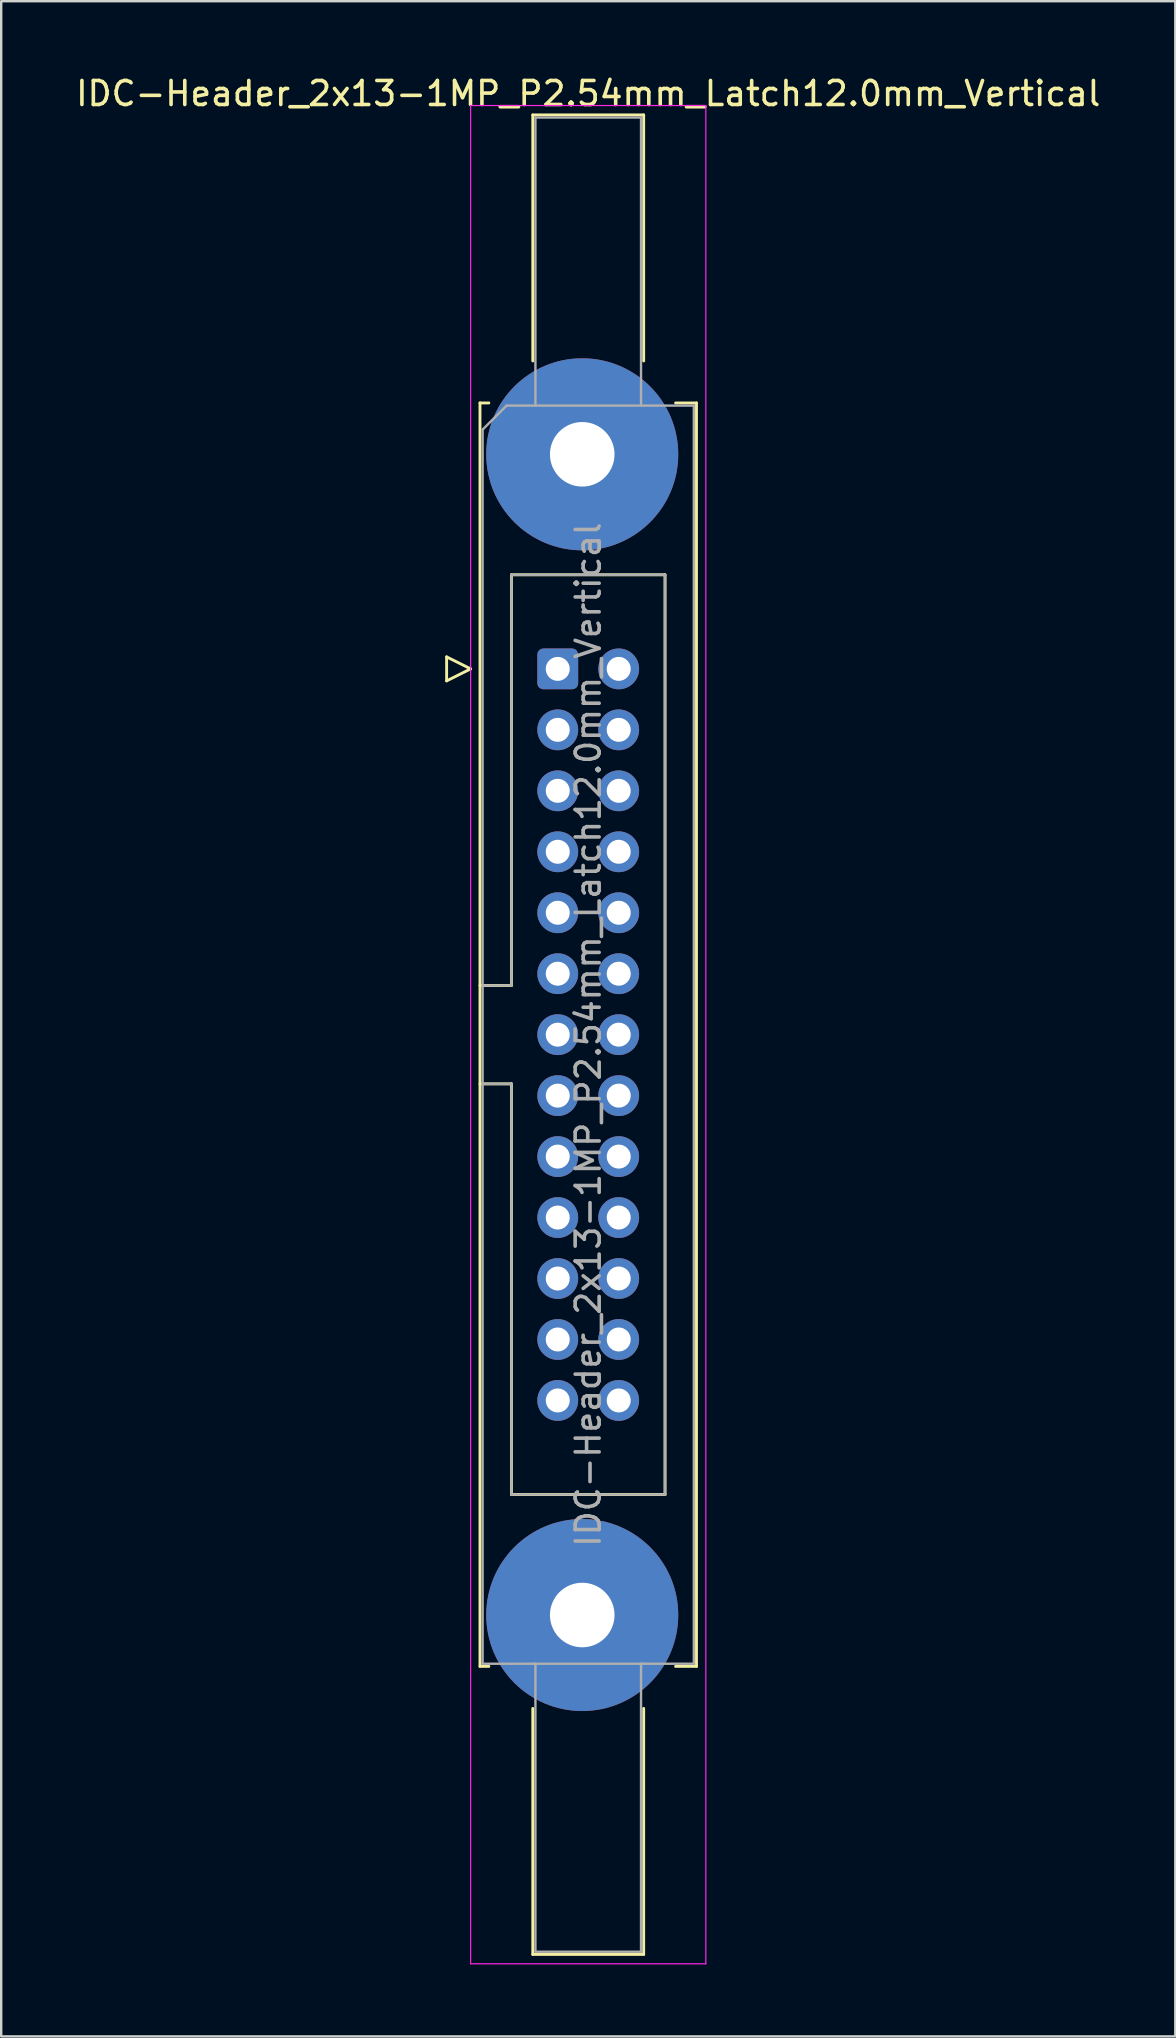
<source format=kicad_pcb>
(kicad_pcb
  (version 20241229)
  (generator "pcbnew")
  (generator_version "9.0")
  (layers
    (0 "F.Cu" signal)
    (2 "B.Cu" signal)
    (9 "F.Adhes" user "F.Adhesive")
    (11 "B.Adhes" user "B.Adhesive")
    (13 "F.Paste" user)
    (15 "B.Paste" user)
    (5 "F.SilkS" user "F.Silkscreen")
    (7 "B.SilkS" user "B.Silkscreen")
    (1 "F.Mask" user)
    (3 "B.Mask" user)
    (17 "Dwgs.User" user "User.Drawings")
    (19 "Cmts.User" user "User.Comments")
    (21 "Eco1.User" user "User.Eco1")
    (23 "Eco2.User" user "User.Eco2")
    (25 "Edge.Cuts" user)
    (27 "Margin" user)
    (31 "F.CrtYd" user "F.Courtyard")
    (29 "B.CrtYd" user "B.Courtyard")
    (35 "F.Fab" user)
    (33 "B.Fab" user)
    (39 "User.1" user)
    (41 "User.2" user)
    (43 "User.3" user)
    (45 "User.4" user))
  (footprint "IDC-Header_2x13-1MP_P2.54mm_Latch12.0mm_Vertical"
    (layer "F.Cu")
    (at 20.188 24.818)
    (property "Reference" "IDC-Header_2x13-1MP_P2.54mm_Latch12.0mm_Vertical" (at 1.27 -23.97 0) (layer "F.SilkS") (effects (font (size 1 1) (thickness 0.15))))
    (attr through_hole)
    (fp_line (start -4.63 -0.5) (end -4.63 0.5) (stroke (width 0.12) (type solid)) (layer "F.SilkS"))
    (fp_line (start -4.63 0.5) (end -3.63 0) (stroke (width 0.12) (type solid)) (layer "F.SilkS"))
    (fp_line (start -3.63 0) (end -4.63 -0.5) (stroke (width 0.12) (type solid)) (layer "F.SilkS"))
    (fp_line (start -3.24 -11.08) (end -3.24 41.56) (stroke (width 0.12) (type solid)) (layer "F.SilkS"))
    (fp_line (start -3.24 13.19) (end -1.93 13.19) (stroke (width 0.12) (type solid)) (layer "F.SilkS"))
    (fp_line (start -3.24 41.56) (end -2.87 41.56) (stroke (width 0.12) (type solid)) (layer "F.SilkS"))
    (fp_line (start -2.87 -11.08) (end -3.24 -11.08) (stroke (width 0.12) (type solid)) (layer "F.SilkS"))
    (fp_line (start -1.93 -3.92) (end 4.47 -3.92) (stroke (width 0.12) (type solid)) (layer "F.SilkS"))
    (fp_line (start -1.93 13.19) (end -1.93 -3.92) (stroke (width 0.12) (type solid)) (layer "F.SilkS"))
    (fp_line (start -1.93 17.29) (end -3.24 17.29) (stroke (width 0.12) (type solid)) (layer "F.SilkS"))
    (fp_line (start -1.93 17.29) (end -1.93 17.29) (stroke (width 0.12) (type solid)) (layer "F.SilkS"))
    (fp_line (start -1.93 34.4) (end -1.93 17.29) (stroke (width 0.12) (type solid)) (layer "F.SilkS"))
    (fp_line (start -1.04 -23.08) (end 3.58 -23.08) (stroke (width 0.12) (type solid)) (layer "F.SilkS"))
    (fp_line (start -1.04 -12.83) (end -1.04 -23.08) (stroke (width 0.12) (type solid)) (layer "F.SilkS"))
    (fp_line (start -1.04 43.31) (end -1.04 53.56) (stroke (width 0.12) (type solid)) (layer "F.SilkS"))
    (fp_line (start -1.04 53.56) (end 3.58 53.56) (stroke (width 0.12) (type solid)) (layer "F.SilkS"))
    (fp_line (start 3.58 -23.08) (end 3.58 -12.83) (stroke (width 0.12) (type solid)) (layer "F.SilkS"))
    (fp_line (start 3.58 53.56) (end 3.58 43.31) (stroke (width 0.12) (type solid)) (layer "F.SilkS"))
    (fp_line (start 4.47 -3.92) (end 4.47 34.4) (stroke (width 0.12) (type solid)) (layer "F.SilkS"))
    (fp_line (start 4.47 34.4) (end -1.93 34.4) (stroke (width 0.12) (type solid)) (layer "F.SilkS"))
    (fp_line (start 4.91 -11.08) (end 5.78 -11.08) (stroke (width 0.12) (type solid)) (layer "F.SilkS"))
    (fp_line (start 5.78 -11.08) (end 5.78 41.56) (stroke (width 0.12) (type solid)) (layer "F.SilkS"))
    (fp_line (start 5.78 41.56) (end 4.91 41.56) (stroke (width 0.12) (type solid)) (layer "F.SilkS"))
    (fp_line (start -3.63 -23.47) (end -3.63 53.95) (stroke (width 0.05) (type solid)) (layer "F.CrtYd"))
    (fp_line (start -3.63 53.95) (end 6.17 53.95) (stroke (width 0.05) (type solid)) (layer "F.CrtYd"))
    (fp_line (start 6.17 -23.47) (end -3.63 -23.47) (stroke (width 0.05) (type solid)) (layer "F.CrtYd"))
    (fp_line (start 6.17 53.95) (end 6.17 -23.47) (stroke (width 0.05) (type solid)) (layer "F.CrtYd"))
    (fp_line (start -3.13 -9.97) (end -2.13 -10.97) (stroke (width 0.1) (type solid)) (layer "F.Fab"))
    (fp_line (start -3.13 13.19) (end -1.93 13.19) (stroke (width 0.1) (type solid)) (layer "F.Fab"))
    (fp_line (start -3.13 41.45) (end -3.13 -9.97) (stroke (width 0.1) (type solid)) (layer "F.Fab"))
    (fp_line (start -2.13 -10.97) (end 5.67 -10.97) (stroke (width 0.1) (type solid)) (layer "F.Fab"))
    (fp_line (start -1.93 -3.92) (end 4.47 -3.92) (stroke (width 0.1) (type solid)) (layer "F.Fab"))
    (fp_line (start -1.93 13.19) (end -1.93 -3.92) (stroke (width 0.1) (type solid)) (layer "F.Fab"))
    (fp_line (start -1.93 17.29) (end -3.13 17.29) (stroke (width 0.1) (type solid)) (layer "F.Fab"))
    (fp_line (start -1.93 17.29) (end -1.93 17.29) (stroke (width 0.1) (type solid)) (layer "F.Fab"))
    (fp_line (start -1.93 34.4) (end -1.93 17.29) (stroke (width 0.1) (type solid)) (layer "F.Fab"))
    (fp_line (start -0.93 -22.97) (end 3.47 -22.97) (stroke (width 0.1) (type solid)) (layer "F.Fab"))
    (fp_line (start -0.93 -10.97) (end -0.93 -22.97) (stroke (width 0.1) (type solid)) (layer "F.Fab"))
    (fp_line (start -0.93 41.45) (end -0.93 53.45) (stroke (width 0.1) (type solid)) (layer "F.Fab"))
    (fp_line (start -0.93 53.45) (end 3.47 53.45) (stroke (width 0.1) (type solid)) (layer "F.Fab"))
    (fp_line (start 3.47 -22.97) (end 3.47 -10.97) (stroke (width 0.1) (type solid)) (layer "F.Fab"))
    (fp_line (start 3.47 53.45) (end 3.47 41.45) (stroke (width 0.1) (type solid)) (layer "F.Fab"))
    (fp_line (start 4.47 -3.92) (end 4.47 34.4) (stroke (width 0.1) (type solid)) (layer "F.Fab"))
    (fp_line (start 4.47 34.4) (end -1.93 34.4) (stroke (width 0.1) (type solid)) (layer "F.Fab"))
    (fp_line (start 5.67 -10.97) (end 5.67 41.45) (stroke (width 0.1) (type solid)) (layer "F.Fab"))
    (fp_line (start 5.67 41.45) (end -3.13 41.45) (stroke (width 0.1) (type solid)) (layer "F.Fab"))
    (fp_text user "${REFERENCE}" (at 1.27 15.24 90) (layer "F.Fab") (effects (font (size 1 1) (thickness 0.15))))
    (pad "1" thru_hole roundrect (at 0 0) (size 1.7 1.7) (drill 1) (layers "*.Cu" "*.Mask") (roundrect_rratio 0.147))
    (pad "2" thru_hole circle (at 2.54 0) (size 1.7 1.7) (drill 1) (layers "*.Cu" "*.Mask"))
    (pad "3" thru_hole circle (at 0 2.54) (size 1.7 1.7) (drill 1) (layers "*.Cu" "*.Mask"))
    (pad "4" thru_hole circle (at 2.54 2.54) (size 1.7 1.7) (drill 1) (layers "*.Cu" "*.Mask"))
    (pad "5" thru_hole circle (at 0 5.08) (size 1.7 1.7) (drill 1) (layers "*.Cu" "*.Mask"))
    (pad "6" thru_hole circle (at 2.54 5.08) (size 1.7 1.7) (drill 1) (layers "*.Cu" "*.Mask"))
    (pad "7" thru_hole circle (at 0 7.62) (size 1.7 1.7) (drill 1) (layers "*.Cu" "*.Mask"))
    (pad "8" thru_hole circle (at 2.54 7.62) (size 1.7 1.7) (drill 1) (layers "*.Cu" "*.Mask"))
    (pad "9" thru_hole circle (at 0 10.16) (size 1.7 1.7) (drill 1) (layers "*.Cu" "*.Mask"))
    (pad "10" thru_hole circle (at 2.54 10.16) (size 1.7 1.7) (drill 1) (layers "*.Cu" "*.Mask"))
    (pad "11" thru_hole circle (at 0 12.7) (size 1.7 1.7) (drill 1) (layers "*.Cu" "*.Mask"))
    (pad "12" thru_hole circle (at 2.54 12.7) (size 1.7 1.7) (drill 1) (layers "*.Cu" "*.Mask"))
    (pad "13" thru_hole circle (at 0 15.24) (size 1.7 1.7) (drill 1) (layers "*.Cu" "*.Mask"))
    (pad "14" thru_hole circle (at 2.54 15.24) (size 1.7 1.7) (drill 1) (layers "*.Cu" "*.Mask"))
    (pad "15" thru_hole circle (at 0 17.78) (size 1.7 1.7) (drill 1) (layers "*.Cu" "*.Mask"))
    (pad "16" thru_hole circle (at 2.54 17.78) (size 1.7 1.7) (drill 1) (layers "*.Cu" "*.Mask"))
    (pad "17" thru_hole circle (at 0 20.32) (size 1.7 1.7) (drill 1) (layers "*.Cu" "*.Mask"))
    (pad "18" thru_hole circle (at 2.54 20.32) (size 1.7 1.7) (drill 1) (layers "*.Cu" "*.Mask"))
    (pad "19" thru_hole circle (at 0 22.86) (size 1.7 1.7) (drill 1) (layers "*.Cu" "*.Mask"))
    (pad "20" thru_hole circle (at 2.54 22.86) (size 1.7 1.7) (drill 1) (layers "*.Cu" "*.Mask"))
    (pad "21" thru_hole circle (at 0 25.4) (size 1.7 1.7) (drill 1) (layers "*.Cu" "*.Mask"))
    (pad "22" thru_hole circle (at 2.54 25.4) (size 1.7 1.7) (drill 1) (layers "*.Cu" "*.Mask"))
    (pad "23" thru_hole circle (at 0 27.94) (size 1.7 1.7) (drill 1) (layers "*.Cu" "*.Mask"))
    (pad "24" thru_hole circle (at 2.54 27.94) (size 1.7 1.7) (drill 1) (layers "*.Cu" "*.Mask"))
    (pad "25" thru_hole circle (at 0 30.48) (size 1.7 1.7) (drill 1) (layers "*.Cu" "*.Mask"))
    (pad "26" thru_hole circle (at 2.54 30.48) (size 1.7 1.7) (drill 1) (layers "*.Cu" "*.Mask"))
    (pad "MP" thru_hole circle (at 1.02 -8.94) (size 8 8) (drill 2.69) (layers "*.Cu" "*.Mask"))
    (pad "MP" thru_hole circle (at 1.02 39.42) (size 8 8) (drill 2.69) (layers "*.Cu" "*.Mask")))
  (gr_rect
    (start -3 -3)
    (end 45.917 81.793)
    (stroke (width 0.1) (type default))
    (fill no)
    (layer "Edge.Cuts")))
</source>
